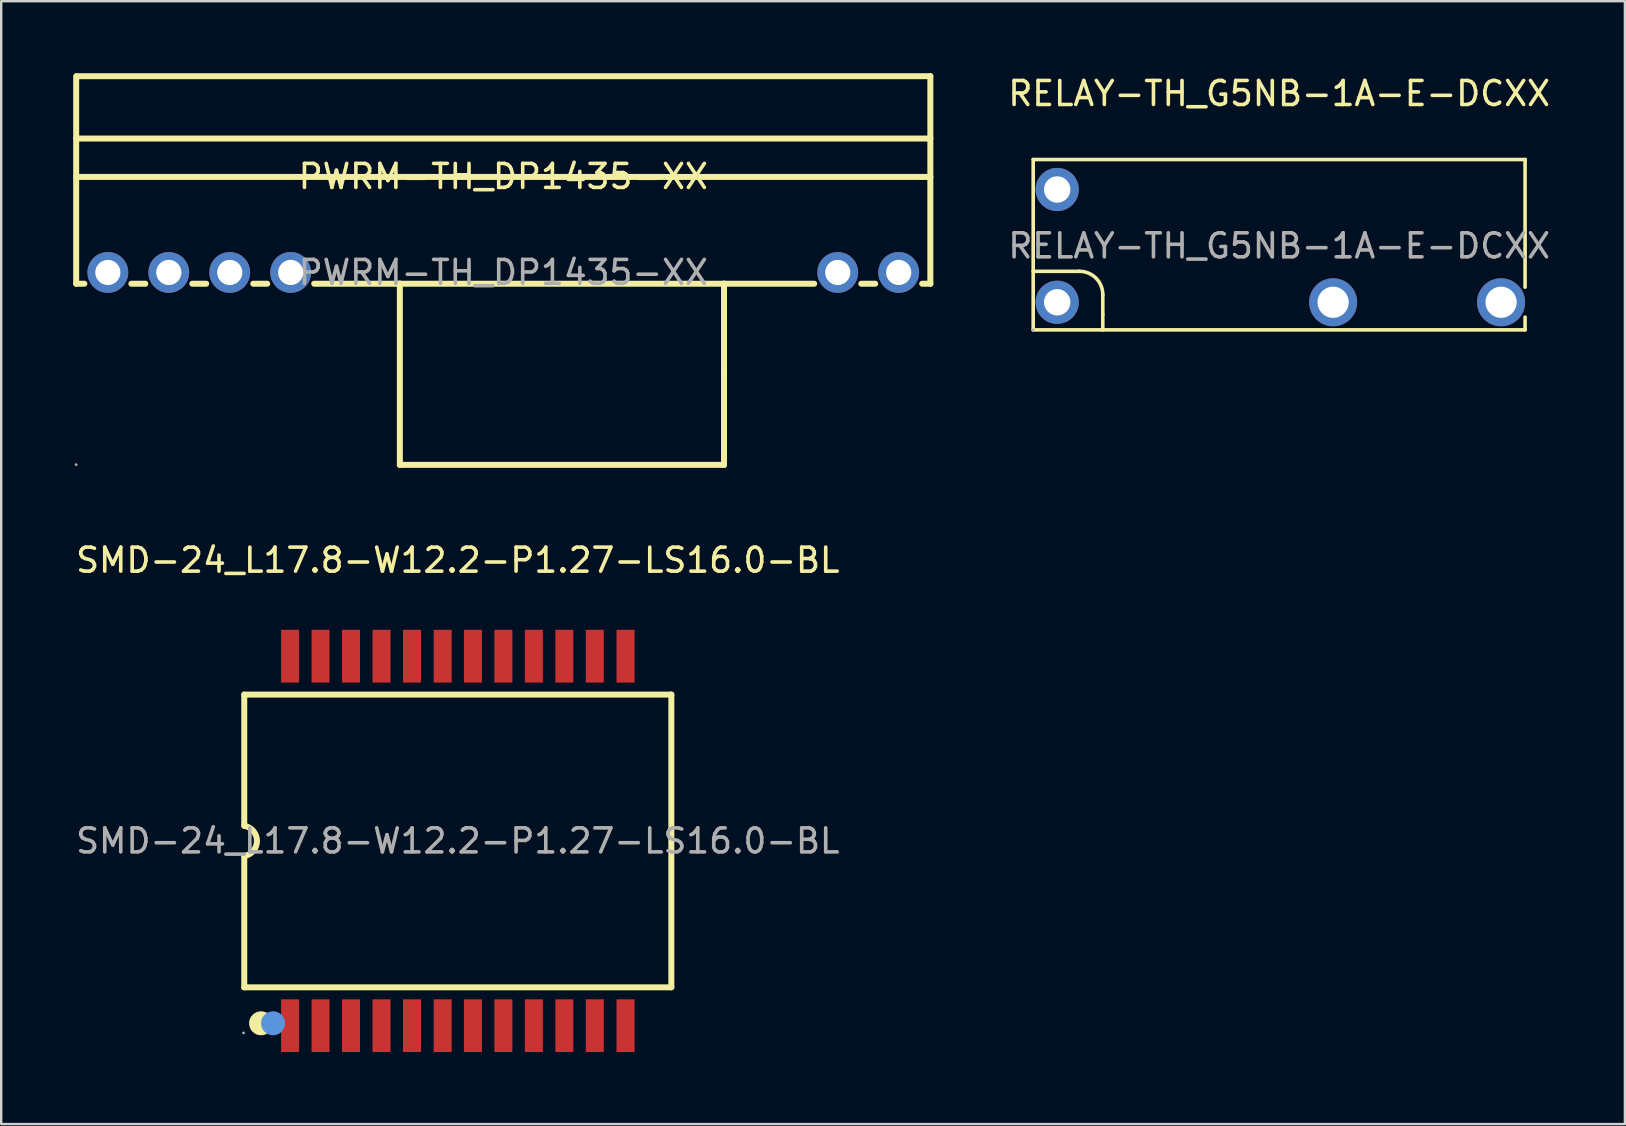
<source format=kicad_pcb>
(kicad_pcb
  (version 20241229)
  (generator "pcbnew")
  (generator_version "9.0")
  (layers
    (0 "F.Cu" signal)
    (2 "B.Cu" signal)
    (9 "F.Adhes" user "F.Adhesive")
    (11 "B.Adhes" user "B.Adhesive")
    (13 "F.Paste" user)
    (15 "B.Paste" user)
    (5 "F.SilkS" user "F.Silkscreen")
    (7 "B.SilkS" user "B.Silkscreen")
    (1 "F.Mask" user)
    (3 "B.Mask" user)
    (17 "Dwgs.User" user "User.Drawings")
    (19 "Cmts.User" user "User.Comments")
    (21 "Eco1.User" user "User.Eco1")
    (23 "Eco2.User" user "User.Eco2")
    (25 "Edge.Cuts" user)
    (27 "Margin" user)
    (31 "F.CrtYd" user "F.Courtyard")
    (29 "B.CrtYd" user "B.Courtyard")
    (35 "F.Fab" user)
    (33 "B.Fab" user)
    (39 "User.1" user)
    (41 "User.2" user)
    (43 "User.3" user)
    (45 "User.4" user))
  (footprint "SMD-24_L17.8-W12.2-P1.27-LS16.0-BL"
    (layer "F.Cu")
    (at 16.03 31.998)
    (property "Reference" "SMD-24_L17.8-W12.2-P1.27-LS16.0-BL" (at 0 -11.7 0) (layer "F.SilkS") (effects (font (size 1 1) (thickness 0.15))))
    (attr through_hole)
    (fp_line (start -8.9 -6.1) (end -8.9 -0.63) (stroke (width 0.25) (type solid)) (layer "F.SilkS"))
    (fp_line (start -8.9 6.1) (end -8.9 0.63) (stroke (width 0.25) (type solid)) (layer "F.SilkS"))
    (fp_line (start 8.9 -6.1) (end -8.9 -6.1) (stroke (width 0.25) (type solid)) (layer "F.SilkS"))
    (fp_line (start 8.9 -6.1) (end 8.9 6.1) (stroke (width 0.25) (type solid)) (layer "F.SilkS"))
    (fp_line (start 8.9 6.1) (end -8.9 6.1) (stroke (width 0.25) (type solid)) (layer "F.SilkS"))
    (fp_arc (start -8.894818 -0.629073) (mid -8.370475 0.002632) (end -8.9 0.63) (stroke (width 0.25) (type solid)) (layer "F.SilkS"))
    (fp_circle (center -8.2 7.6) (end -7.95 7.6) (stroke (width 0.5) (type solid)) (fill no) (layer "F.SilkS"))
    (fp_circle (center -7.7 7.6) (end -7.45 7.6) (stroke (width 0.5) (type solid)) (fill no) (layer "Cmts.User"))
    (fp_circle (center -8.93 8) (end -8.9 8) (stroke (width 0.06) (type solid)) (fill no) (layer "F.Fab"))
    (fp_text user "${REFERENCE}" (at 0 0 0) (layer "F.Fab") (effects (font (size 1 1) (thickness 0.15))))
    (pad "1" smd rect (at -6.99 7.7) (size 0.75 2.2) (layers "F.Cu" "F.Mask" "F.Paste"))
    (pad "2" smd rect (at -5.72 7.7) (size 0.75 2.2) (layers "F.Cu" "F.Mask" "F.Paste"))
    (pad "3" smd rect (at -4.45 7.7) (size 0.75 2.2) (layers "F.Cu" "F.Mask" "F.Paste"))
    (pad "4" smd rect (at -3.18 7.7) (size 0.75 2.2) (layers "F.Cu" "F.Mask" "F.Paste"))
    (pad "5" smd rect (at -1.91 7.7) (size 0.75 2.2) (layers "F.Cu" "F.Mask" "F.Paste"))
    (pad "6" smd rect (at -0.63 7.7) (size 0.75 2.2) (layers "F.Cu" "F.Mask" "F.Paste"))
    (pad "7" smd rect (at 0.63 7.7) (size 0.75 2.2) (layers "F.Cu" "F.Mask" "F.Paste"))
    (pad "8" smd rect (at 1.9 7.7) (size 0.75 2.2) (layers "F.Cu" "F.Mask" "F.Paste"))
    (pad "9" smd rect (at 3.17 7.7) (size 0.75 2.2) (layers "F.Cu" "F.Mask" "F.Paste"))
    (pad "10" smd rect (at 4.44 7.7) (size 0.75 2.2) (layers "F.Cu" "F.Mask" "F.Paste"))
    (pad "11" smd rect (at 5.71 7.7) (size 0.75 2.2) (layers "F.Cu" "F.Mask" "F.Paste"))
    (pad "12" smd rect (at 6.99 7.7) (size 0.75 2.2) (layers "F.Cu" "F.Mask" "F.Paste"))
    (pad "13" smd rect (at 6.99 -7.7) (size 0.75 2.2) (layers "F.Cu" "F.Mask" "F.Paste"))
    (pad "14" smd rect (at 5.71 -7.7) (size 0.75 2.2) (layers "F.Cu" "F.Mask" "F.Paste"))
    (pad "15" smd rect (at 4.44 -7.7) (size 0.75 2.2) (layers "F.Cu" "F.Mask" "F.Paste"))
    (pad "16" smd rect (at 3.17 -7.7) (size 0.75 2.2) (layers "F.Cu" "F.Mask" "F.Paste"))
    (pad "17" smd rect (at 1.9 -7.7) (size 0.75 2.2) (layers "F.Cu" "F.Mask" "F.Paste"))
    (pad "18" smd rect (at 0.63 -7.7) (size 0.75 2.2) (layers "F.Cu" "F.Mask" "F.Paste"))
    (pad "19" smd rect (at -0.63 -7.7) (size 0.75 2.2) (layers "F.Cu" "F.Mask" "F.Paste"))
    (pad "20" smd rect (at -1.91 -7.7) (size 0.75 2.2) (layers "F.Cu" "F.Mask" "F.Paste"))
    (pad "21" smd rect (at -3.18 -7.7) (size 0.75 2.2) (layers "F.Cu" "F.Mask" "F.Paste"))
    (pad "22" smd rect (at -4.45 -7.7) (size 0.75 2.2) (layers "F.Cu" "F.Mask" "F.Paste"))
    (pad "23" smd rect (at -5.72 -7.7) (size 0.75 2.2) (layers "F.Cu" "F.Mask" "F.Paste"))
    (pad "24" smd rect (at -6.99 -7.7) (size 0.75 2.2) (layers "F.Cu" "F.Mask" "F.Paste")))
  (footprint "PWRM-TH_DP1435-XX"
    (layer "F.Cu")
    (at 17.925 8.305)
    (property "Reference" "PWRM-TH_DP1435-XX" (at 0 -4 0) (layer "F.SilkS") (effects (font (size 1 1) (thickness 0.15))))
    (attr through_hole)
    (fp_line (start -17.8 -8.18) (end -17.8 0.47) (stroke (width 0.25) (type solid)) (layer "F.SilkS"))
    (fp_line (start -17.8 -5.58) (end 17.8 -5.58) (stroke (width 0.25) (type solid)) (layer "F.SilkS"))
    (fp_line (start -17.8 -3.98) (end 17.8 -3.98) (stroke (width 0.25) (type solid)) (layer "F.SilkS"))
    (fp_line (start -17.8 0.47) (end -17.46 0.47) (stroke (width 0.25) (type solid)) (layer "F.SilkS"))
    (fp_line (start -15.5 0.47) (end -14.92 0.47) (stroke (width 0.25) (type solid)) (layer "F.SilkS"))
    (fp_line (start -12.96 0.47) (end -12.38 0.47) (stroke (width 0.25) (type solid)) (layer "F.SilkS"))
    (fp_line (start -10.42 0.47) (end -9.84 0.47) (stroke (width 0.25) (type solid)) (layer "F.SilkS"))
    (fp_line (start -7.88 0.47) (end 12.96 0.47) (stroke (width 0.25) (type solid)) (layer "F.SilkS"))
    (fp_line (start -4.31 0.46) (end -4.31 8.02) (stroke (width 0.25) (type solid)) (layer "F.SilkS"))
    (fp_line (start -4.31 8.02) (end 9.2 8.02) (stroke (width 0.25) (type solid)) (layer "F.SilkS"))
    (fp_line (start 9.2 4.04) (end 9.2 0.46) (stroke (width 0.25) (type solid)) (layer "F.SilkS"))
    (fp_line (start 9.2 8.02) (end 9.2 4.04) (stroke (width 0.25) (type solid)) (layer "F.SilkS"))
    (fp_line (start 14.92 0.47) (end 15.5 0.47) (stroke (width 0.25) (type solid)) (layer "F.SilkS"))
    (fp_line (start 17.46 0.47) (end 17.8 0.47) (stroke (width 0.25) (type solid)) (layer "F.SilkS"))
    (fp_line (start 17.8 -8.18) (end -17.75 -8.18) (stroke (width 0.25) (type solid)) (layer "F.SilkS"))
    (fp_line (start 17.8 0.47) (end 17.8 -8.18) (stroke (width 0.25) (type solid)) (layer "F.SilkS"))
    (fp_circle (center -17.8 8.01) (end -17.77 8.01) (stroke (width 0.06) (type solid)) (fill no) (layer "F.Fab"))
    (fp_text user "${REFERENCE}" (at 0 0 0) (layer "F.Fab") (effects (font (size 1 1) (thickness 0.15))))
    (pad "1" thru_hole circle (at -16.48 0) (size 1.7 1.7) (drill 1.05) (layers "*.Cu" "*.Mask"))
    (pad "2" thru_hole circle (at -13.94 0) (size 1.7 1.7) (drill 1.05) (layers "*.Cu" "*.Mask"))
    (pad "3" thru_hole circle (at -11.4 0) (size 1.7 1.7) (drill 1.05) (layers "*.Cu" "*.Mask"))
    (pad "4" thru_hole circle (at -8.86 0) (size 1.7 1.7) (drill 1.05) (layers "*.Cu" "*.Mask"))
    (pad "5" thru_hole circle (at 13.94 0) (size 1.7 1.7) (drill 1.05) (layers "*.Cu" "*.Mask"))
    (pad "6" thru_hole circle (at 16.48 0) (size 1.7 1.7) (drill 1.05) (layers "*.Cu" "*.Mask")))
  (footprint "RELAY-TH_G5NB-1A-E-DCXX"
    (layer "F.Cu")
    (at 50.261 7.198)
    (property "Reference" "RELAY-TH_G5NB-1A-E-DCXX" (at 0 -6.35 0) (layer "F.SilkS") (effects (font (size 1 1) (thickness 0.15))))
    (attr through_hole)
    (fp_line (start -10.25 -3.6) (end 10.25 -3.6) (stroke (width 0.15) (type solid)) (layer "F.SilkS"))
    (fp_line (start -10.25 1.06) (end -8.32 1.06) (stroke (width 0.15) (type solid)) (layer "F.SilkS"))
    (fp_line (start -10.25 3.5) (end -10.25 -3.6) (stroke (width 0.15) (type solid)) (layer "F.SilkS"))
    (fp_line (start -7.35 2.03) (end -7.35 2.86) (stroke (width 0.15) (type solid)) (layer "F.SilkS"))
    (fp_line (start -7.35 2.86) (end -7.35 3.5) (stroke (width 0.15) (type solid)) (layer "F.SilkS"))
    (fp_line (start 10.25 -3.6) (end 10.25 1.72) (stroke (width 0.15) (type solid)) (layer "F.SilkS"))
    (fp_line (start 10.25 2.97) (end 10.25 3.5) (stroke (width 0.15) (type solid)) (layer "F.SilkS"))
    (fp_line (start 10.25 3.5) (end -10.25 3.5) (stroke (width 0.15) (type solid)) (layer "F.SilkS"))
    (fp_arc (start -8.32 1.06) (mid -7.634106 1.344106) (end -7.35 2.03) (stroke (width 0.15) (type solid)) (layer "F.SilkS"))
    (fp_circle (center -10.25 3.5) (end -10.22 3.5) (stroke (width 0.06) (type solid)) (fill no) (layer "F.Fab"))
    (fp_text user "${REFERENCE}" (at 0 0 0) (layer "F.Fab") (effects (font (size 1 1) (thickness 0.15))))
    (pad "1" thru_hole circle (at -9.25 2.35) (size 1.8 1.8) (drill 1.1) (layers "*.Cu" "*.Mask"))
    (pad "2" thru_hole circle (at 2.25 2.35) (size 2 2) (drill 1.3) (layers "*.Cu" "*.Mask"))
    (pad "3" thru_hole circle (at 9.25 2.35) (size 2 2) (drill 1.3) (layers "*.Cu" "*.Mask"))
    (pad "4" thru_hole circle (at -9.25 -2.35) (size 1.8 1.8) (drill 1.1) (layers "*.Cu" "*.Mask")))
  (gr_rect
    (start -3 -3)
    (end 64.671 43.798)
    (stroke (width 0.1) (type default))
    (fill no)
    (layer "Edge.Cuts")))
</source>
